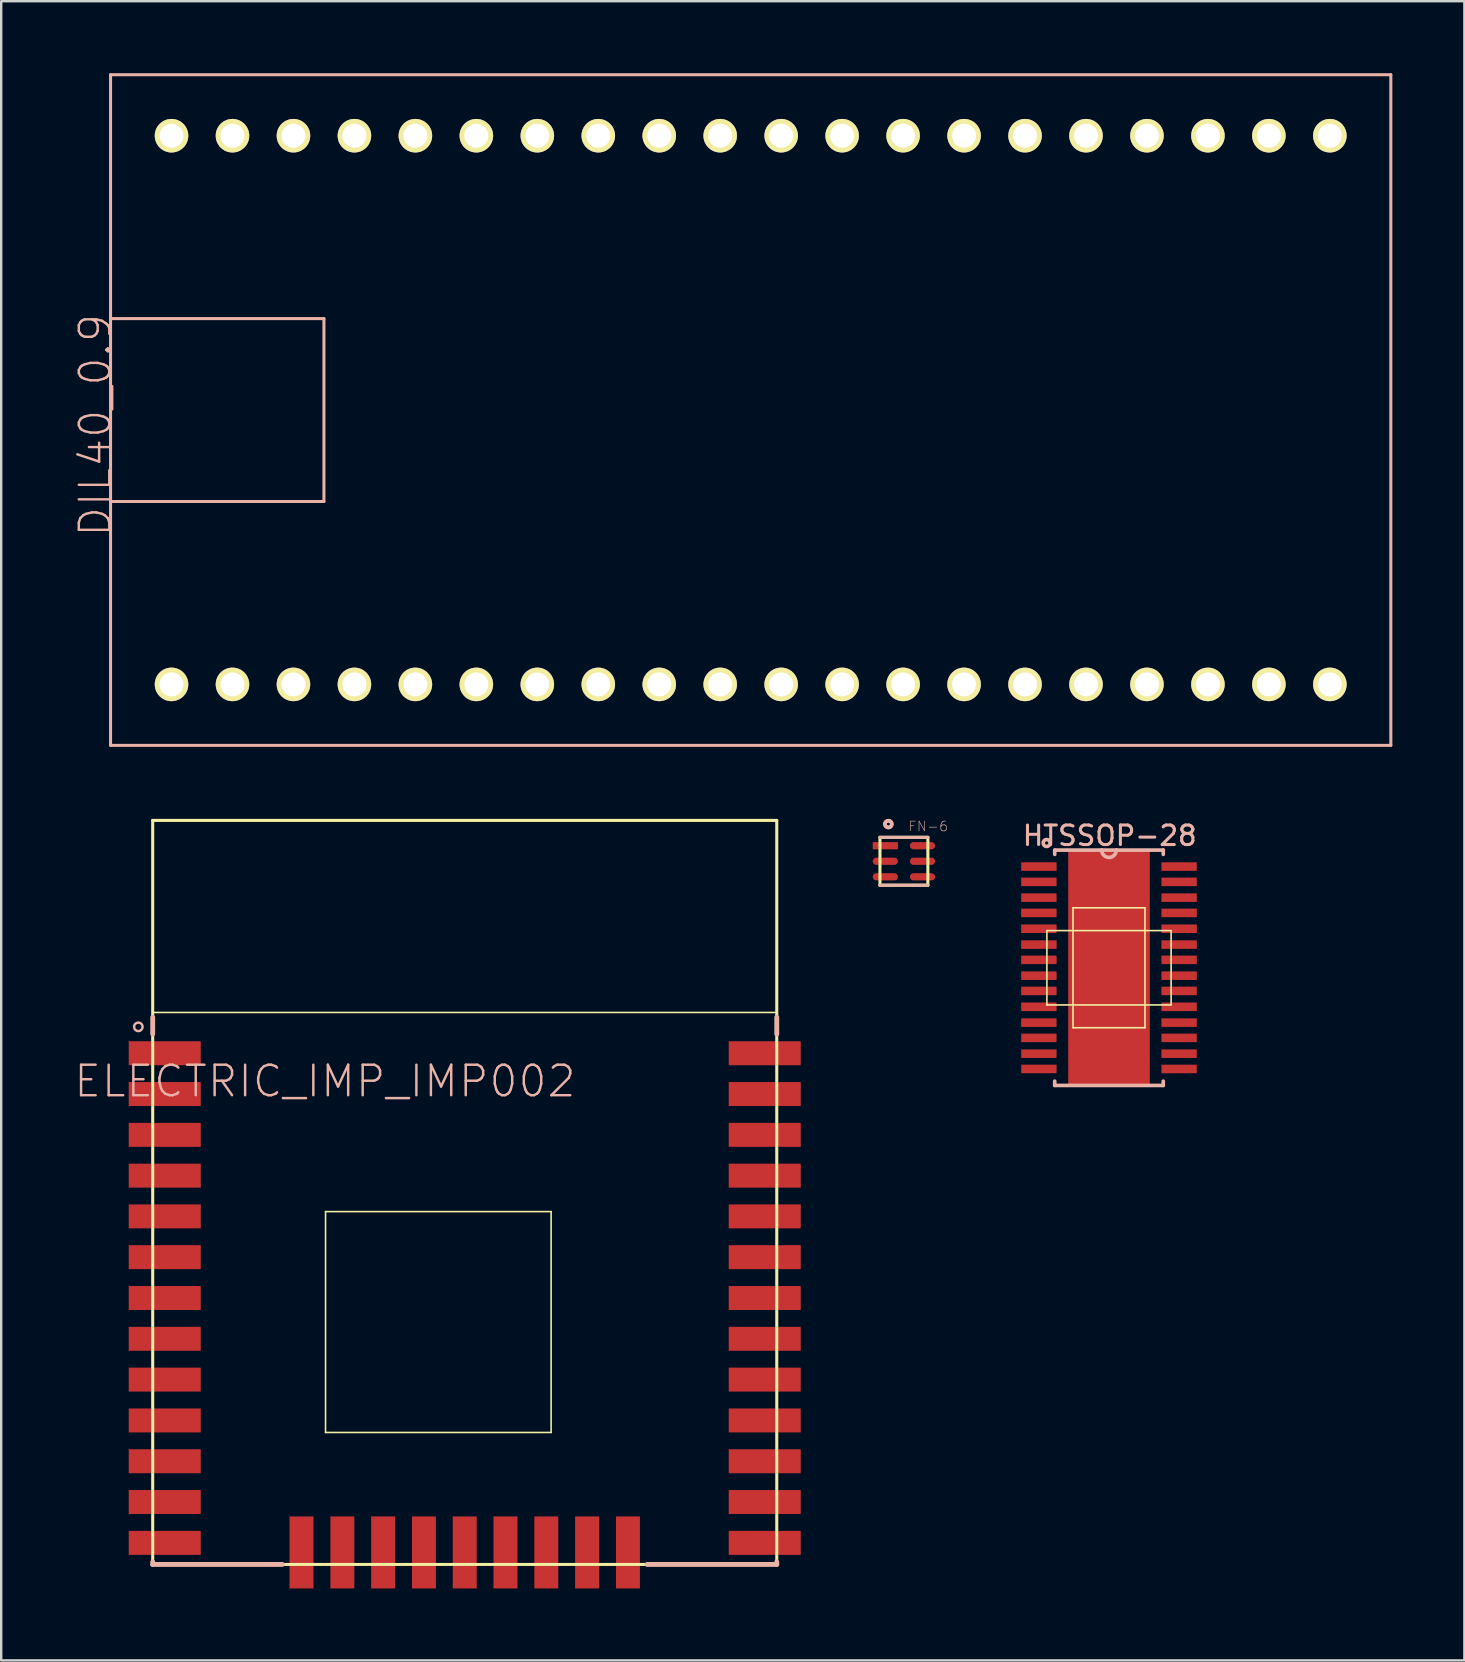
<source format=kicad_pcb>
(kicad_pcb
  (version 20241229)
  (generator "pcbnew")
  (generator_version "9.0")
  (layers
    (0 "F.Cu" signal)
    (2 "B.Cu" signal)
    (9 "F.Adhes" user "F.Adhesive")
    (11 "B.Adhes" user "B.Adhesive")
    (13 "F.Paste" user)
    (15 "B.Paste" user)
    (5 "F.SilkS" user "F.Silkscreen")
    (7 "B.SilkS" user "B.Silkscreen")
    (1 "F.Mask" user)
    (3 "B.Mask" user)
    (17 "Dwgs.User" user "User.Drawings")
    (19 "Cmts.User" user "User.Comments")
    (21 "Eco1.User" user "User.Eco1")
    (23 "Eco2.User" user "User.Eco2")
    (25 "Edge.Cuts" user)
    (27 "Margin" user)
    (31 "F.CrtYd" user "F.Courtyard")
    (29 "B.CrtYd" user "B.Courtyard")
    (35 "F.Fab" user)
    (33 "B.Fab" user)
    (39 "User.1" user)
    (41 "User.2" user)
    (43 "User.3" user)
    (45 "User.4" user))
  (footprint "FN-6"
    (layer "F.Cu")
    (at 34.61 32.833)
    (property "Reference" "FN-6" (at 1.016 -1.453 0) (layer "B.SilkS") (effects (font (size 0.406 0.406) (thickness 0.025))))
    (attr smd)
    (fp_line (start -0.998 -0.998) (end -0.998 0.998) (stroke (width 0.127) (type solid)) (layer "F.SilkS"))
    (fp_line (start -0.998 0.998) (end 0.998 0.998) (stroke (width 0.127) (type solid)) (layer "F.SilkS"))
    (fp_line (start 0.998 -0.998) (end -0.998 -0.998) (stroke (width 0.127) (type solid)) (layer "F.SilkS"))
    (fp_line (start 0.998 0.998) (end 0.998 -0.998) (stroke (width 0.127) (type solid)) (layer "F.SilkS"))
    (fp_line (start -0.998 -0.998) (end 0.998 -0.998) (stroke (width 0.127) (type solid)) (layer "B.SilkS"))
    (fp_line (start -0.998 0.998) (end 0.998 0.998) (stroke (width 0.127) (type solid)) (layer "B.SilkS"))
    (fp_circle (center -0.648 -1.549) (end -0.747 -1.648) (stroke (width 0.152) (type solid)) (fill no) (layer "B.SilkS"))
    (fp_circle (center -0.648 -1.549) (end -0.696 -1.598) (stroke (width 0.152) (type solid)) (fill no) (layer "B.SilkS"))
    (pad "1" smd rect (at -0.775 -0.648 180) (size 1.049 0.3) (layers "F.Cu" "F.Mask" "F.Paste"))
    (pad "2" smd oval (at -0.775 0) (size 1.049 0.3) (layers "F.Cu" "F.Mask" "F.Paste"))
    (pad "3" smd oval (at -0.775 0.648) (size 1.049 0.3) (layers "F.Cu" "F.Mask" "F.Paste"))
    (pad "4" smd oval (at 0.775 0.648) (size 1.049 0.3) (layers "F.Cu" "F.Mask" "F.Paste"))
    (pad "5" smd oval (at 0.775 0) (size 1.049 0.3) (layers "F.Cu" "F.Mask" "F.Paste"))
    (pad "6" smd oval (at 0.775 -0.648) (size 1.049 0.3) (layers "F.Cu" "F.Mask" "F.Paste")))
  (footprint "DIL40_0.9"
    (layer "F.Cu")
    (at 26.956 14.034)
    (property "Reference" "DIL40_0.9" (at -26.035 0.635 90) (layer "B.SilkS") (effects (font (size 1.27 1.27) (thickness 0.102))))
    (attr exclude_from_pos_files exclude_from_bom)
    (fp_line (start -25.4 -13.97) (end 27.94 -13.97) (stroke (width 0.127) (type solid)) (layer "B.SilkS"))
    (fp_line (start -25.4 -3.81) (end -25.4 -13.97) (stroke (width 0.127) (type solid)) (layer "B.SilkS"))
    (fp_line (start -25.4 -3.81) (end -16.51 -3.81) (stroke (width 0.127) (type solid)) (layer "B.SilkS"))
    (fp_line (start -25.4 3.81) (end -25.4 -3.81) (stroke (width 0.127) (type solid)) (layer "B.SilkS"))
    (fp_line (start -25.4 13.97) (end -25.4 3.81) (stroke (width 0.127) (type solid)) (layer "B.SilkS"))
    (fp_line (start -16.51 -3.81) (end -16.51 3.81) (stroke (width 0.127) (type solid)) (layer "B.SilkS"))
    (fp_line (start -16.51 3.81) (end -25.4 3.81) (stroke (width 0.127) (type solid)) (layer "B.SilkS"))
    (fp_line (start 27.94 -13.97) (end 27.94 13.97) (stroke (width 0.127) (type solid)) (layer "B.SilkS"))
    (fp_line (start 27.94 13.97) (end -25.4 13.97) (stroke (width 0.127) (type solid)) (layer "B.SilkS"))
    (pad "1" thru_hole circle (at -22.86 11.43) (size 1.397 1.397) (drill 0.998) (layers "*.Cu" "F.Mask" "F.SilkS" "F.Paste"))
    (pad "2" thru_hole circle (at -20.32 11.43) (size 1.397 1.397) (drill 0.998) (layers "*.Cu" "F.Mask" "F.SilkS" "F.Paste"))
    (pad "3" thru_hole circle (at -17.78 11.43) (size 1.397 1.397) (drill 0.998) (layers "*.Cu" "F.Mask" "F.SilkS" "F.Paste"))
    (pad "4" thru_hole circle (at -15.24 11.43) (size 1.397 1.397) (drill 0.998) (layers "*.Cu" "F.Mask" "F.SilkS" "F.Paste"))
    (pad "5" thru_hole circle (at -12.7 11.43) (size 1.397 1.397) (drill 0.998) (layers "*.Cu" "F.Mask" "F.SilkS" "F.Paste"))
    (pad "6" thru_hole circle (at -10.16 11.43) (size 1.397 1.397) (drill 0.998) (layers "*.Cu" "F.Mask" "F.SilkS" "F.Paste"))
    (pad "7" thru_hole circle (at -7.62 11.43) (size 1.397 1.397) (drill 0.998) (layers "*.Cu" "F.Mask" "F.SilkS" "F.Paste"))
    (pad "8" thru_hole circle (at -5.08 11.43) (size 1.397 1.397) (drill 0.998) (layers "*.Cu" "F.Mask" "F.SilkS" "F.Paste"))
    (pad "9" thru_hole circle (at -2.54 11.43) (size 1.397 1.397) (drill 0.998) (layers "*.Cu" "F.Mask" "F.SilkS" "F.Paste"))
    (pad "10" thru_hole circle (at 0 11.43) (size 1.397 1.397) (drill 0.998) (layers "*.Cu" "F.Mask" "F.SilkS" "F.Paste"))
    (pad "11" thru_hole circle (at 2.54 11.43) (size 1.397 1.397) (drill 0.998) (layers "*.Cu" "F.Mask" "F.SilkS" "F.Paste"))
    (pad "12" thru_hole circle (at 5.08 11.43) (size 1.397 1.397) (drill 0.998) (layers "*.Cu" "F.Mask" "F.SilkS" "F.Paste"))
    (pad "13" thru_hole circle (at 7.62 11.43) (size 1.397 1.397) (drill 0.998) (layers "*.Cu" "F.Mask" "F.SilkS" "F.Paste"))
    (pad "14" thru_hole circle (at 10.16 11.43) (size 1.397 1.397) (drill 0.998) (layers "*.Cu" "F.Mask" "F.SilkS" "F.Paste"))
    (pad "15" thru_hole circle (at 12.7 11.43) (size 1.397 1.397) (drill 0.998) (layers "*.Cu" "F.Mask" "F.SilkS" "F.Paste"))
    (pad "16" thru_hole circle (at 15.24 11.43) (size 1.397 1.397) (drill 0.998) (layers "*.Cu" "F.Mask" "F.SilkS" "F.Paste"))
    (pad "17" thru_hole circle (at 17.78 11.43) (size 1.397 1.397) (drill 0.998) (layers "*.Cu" "F.Mask" "F.SilkS" "F.Paste"))
    (pad "18" thru_hole circle (at 20.32 11.43) (size 1.397 1.397) (drill 0.998) (layers "*.Cu" "F.Mask" "F.SilkS" "F.Paste"))
    (pad "19" thru_hole circle (at 22.86 11.43) (size 1.397 1.397) (drill 0.998) (layers "*.Cu" "F.Mask" "F.SilkS" "F.Paste"))
    (pad "20" thru_hole circle (at 25.4 11.43) (size 1.397 1.397) (drill 0.998) (layers "*.Cu" "F.Mask" "F.SilkS" "F.Paste"))
    (pad "21" thru_hole circle (at 25.4 -11.43) (size 1.397 1.397) (drill 0.998) (layers "*.Cu" "F.Mask" "F.SilkS" "F.Paste"))
    (pad "22" thru_hole circle (at 22.86 -11.43) (size 1.397 1.397) (drill 0.998) (layers "*.Cu" "F.Mask" "F.SilkS" "F.Paste"))
    (pad "23" thru_hole circle (at 20.32 -11.43) (size 1.397 1.397) (drill 0.998) (layers "*.Cu" "F.Mask" "F.SilkS" "F.Paste"))
    (pad "24" thru_hole circle (at 17.78 -11.43) (size 1.397 1.397) (drill 0.998) (layers "*.Cu" "F.Mask" "F.SilkS" "F.Paste"))
    (pad "25" thru_hole circle (at 15.24 -11.43) (size 1.397 1.397) (drill 0.998) (layers "*.Cu" "F.Mask" "F.SilkS" "F.Paste"))
    (pad "26" thru_hole circle (at 12.7 -11.43) (size 1.397 1.397) (drill 0.998) (layers "*.Cu" "F.Mask" "F.SilkS" "F.Paste"))
    (pad "27" thru_hole circle (at 10.16 -11.43) (size 1.397 1.397) (drill 0.998) (layers "*.Cu" "F.Mask" "F.SilkS" "F.Paste"))
    (pad "28" thru_hole circle (at 7.62 -11.43) (size 1.397 1.397) (drill 0.998) (layers "*.Cu" "F.Mask" "F.SilkS" "F.Paste"))
    (pad "29" thru_hole circle (at 5.08 -11.43) (size 1.397 1.397) (drill 0.998) (layers "*.Cu" "F.Mask" "F.SilkS" "F.Paste"))
    (pad "30" thru_hole circle (at 2.54 -11.43) (size 1.397 1.397) (drill 0.998) (layers "*.Cu" "F.Mask" "F.SilkS" "F.Paste"))
    (pad "31" thru_hole circle (at 0 -11.43) (size 1.397 1.397) (drill 0.998) (layers "*.Cu" "F.Mask" "F.SilkS" "F.Paste"))
    (pad "32" thru_hole circle (at -2.54 -11.43) (size 1.397 1.397) (drill 0.998) (layers "*.Cu" "F.Mask" "F.SilkS" "F.Paste"))
    (pad "33" thru_hole circle (at -5.08 -11.43) (size 1.397 1.397) (drill 0.998) (layers "*.Cu" "F.Mask" "F.SilkS" "F.Paste"))
    (pad "34" thru_hole circle (at -7.62 -11.43) (size 1.397 1.397) (drill 0.998) (layers "*.Cu" "F.Mask" "F.SilkS" "F.Paste"))
    (pad "35" thru_hole circle (at -10.16 -11.43) (size 1.397 1.397) (drill 0.998) (layers "*.Cu" "F.Mask" "F.SilkS" "F.Paste"))
    (pad "36" thru_hole circle (at -12.7 -11.43) (size 1.397 1.397) (drill 0.998) (layers "*.Cu" "F.Mask" "F.SilkS" "F.Paste"))
    (pad "37" thru_hole circle (at -15.24 -11.43) (size 1.397 1.397) (drill 0.998) (layers "*.Cu" "F.Mask" "F.SilkS" "F.Paste"))
    (pad "38" thru_hole circle (at -17.78 -11.43) (size 1.397 1.397) (drill 0.998) (layers "*.Cu" "F.Mask" "F.SilkS" "F.Paste"))
    (pad "39" thru_hole circle (at -20.32 -11.43) (size 1.397 1.397) (drill 0.998) (layers "*.Cu" "F.Mask" "F.SilkS" "F.Paste"))
    (pad "40" thru_hole circle (at -22.86 -11.43) (size 1.397 1.397) (drill 0.998) (layers "*.Cu" "F.Mask" "F.SilkS" "F.Paste")))
  (footprint "ELECTRIC_IMP_IMP002"
    (layer "F.Cu")
    (at 16.312 46.63)
    (property "Reference" "ELECTRIC_IMP_IMP002" (at -5.824 -4.633 0) (layer "B.SilkS") (effects (font (size 1.27 1.27) (thickness 0.102))))
    (attr smd)
    (fp_line (start -13 -15.499) (end 13 -15.499) (stroke (width 0.066) (type solid)) (layer "F.SilkS"))
    (fp_line (start -13 -15.499) (end 13 -15.499) (stroke (width 0.127) (type solid)) (layer "F.SilkS"))
    (fp_line (start -13 -7.498) (end -13 -15.499) (stroke (width 0.066) (type solid)) (layer "F.SilkS"))
    (fp_line (start -13 -7.498) (end 13 -7.498) (stroke (width 0.066) (type solid)) (layer "F.SilkS"))
    (fp_line (start -13 15.499) (end -13 -15.499) (stroke (width 0.127) (type solid)) (layer "F.SilkS"))
    (fp_line (start -5.799 0.798) (end 3.599 0.798) (stroke (width 0.066) (type solid)) (layer "F.SilkS"))
    (fp_line (start -5.799 10) (end -5.799 0.798) (stroke (width 0.066) (type solid)) (layer "F.SilkS"))
    (fp_line (start -5.799 10) (end 3.599 10) (stroke (width 0.066) (type solid)) (layer "F.SilkS"))
    (fp_line (start 3.599 10) (end 3.599 0.798) (stroke (width 0.066) (type solid)) (layer "F.SilkS"))
    (fp_line (start 13 -15.499) (end 13 15.499) (stroke (width 0.127) (type solid)) (layer "F.SilkS"))
    (fp_line (start 13 -7.498) (end 13 -15.499) (stroke (width 0.066) (type solid)) (layer "F.SilkS"))
    (fp_line (start 13 15.499) (end -13 15.499) (stroke (width 0.127) (type solid)) (layer "F.SilkS"))
    (fp_line (start -13 -6.599) (end -13 -7.3) (stroke (width 0.203) (type solid)) (layer "B.SilkS"))
    (fp_line (start -13 15.397) (end -13 15.499) (stroke (width 0.203) (type solid)) (layer "B.SilkS"))
    (fp_line (start -13 15.499) (end -7.6 15.499) (stroke (width 0.203) (type solid)) (layer "B.SilkS"))
    (fp_line (start 13 -6.599) (end 13 -7.3) (stroke (width 0.203) (type solid)) (layer "B.SilkS"))
    (fp_line (start 13 15.397) (end 13 15.499) (stroke (width 0.203) (type solid)) (layer "B.SilkS"))
    (fp_line (start 13 15.499) (end 7.6 15.499) (stroke (width 0.203) (type solid)) (layer "B.SilkS"))
    (fp_circle (center -13.599 -6.899) (end -13.724 -7.023) (stroke (width 0.102) (type solid)) (fill no) (layer "B.SilkS"))
    (pad "1" smd rect (at -12.499 -5.799) (size 3 0.998) (layers "F.Cu" "F.Mask" "F.Paste"))
    (pad "2" smd rect (at -12.499 -4.1) (size 3 0.998) (layers "F.Cu" "F.Mask" "F.Paste"))
    (pad "3" smd rect (at -12.499 -2.398) (size 3 0.998) (layers "F.Cu" "F.Mask" "F.Paste"))
    (pad "4" smd rect (at -12.499 -0.699) (size 3 0.998) (layers "F.Cu" "F.Mask" "F.Paste"))
    (pad "5" smd rect (at -12.499 0.998) (size 3 0.998) (layers "F.Cu" "F.Mask" "F.Paste"))
    (pad "6" smd rect (at -12.499 2.697) (size 3 0.998) (layers "F.Cu" "F.Mask" "F.Paste"))
    (pad "7" smd rect (at -12.499 4.399) (size 3 0.998) (layers "F.Cu" "F.Mask" "F.Paste"))
    (pad "8" smd rect (at -12.499 6.099) (size 3 0.998) (layers "F.Cu" "F.Mask" "F.Paste"))
    (pad "9" smd rect (at -12.499 7.798) (size 3 0.998) (layers "F.Cu" "F.Mask" "F.Paste"))
    (pad "10" smd rect (at -12.499 9.5) (size 3 0.998) (layers "F.Cu" "F.Mask" "F.Paste"))
    (pad "11" smd rect (at -12.499 11.199) (size 3 0.998) (layers "F.Cu" "F.Mask" "F.Paste"))
    (pad "12" smd rect (at -12.499 12.898) (size 3 0.998) (layers "F.Cu" "F.Mask" "F.Paste"))
    (pad "13" smd rect (at -12.499 14.6) (size 3 0.998) (layers "F.Cu" "F.Mask" "F.Paste"))
    (pad "14" smd rect (at -6.8 14.999) (size 0.998 3) (layers "F.Cu" "F.Mask" "F.Paste"))
    (pad "15" smd rect (at -5.098 14.999) (size 0.998 3) (layers "F.Cu" "F.Mask" "F.Paste"))
    (pad "16" smd rect (at -3.399 14.999) (size 0.998 3) (layers "F.Cu" "F.Mask" "F.Paste"))
    (pad "17" smd rect (at -1.699 14.999) (size 0.998 3) (layers "F.Cu" "F.Mask" "F.Paste"))
    (pad "18" smd rect (at 0 14.999) (size 0.998 3) (layers "F.Cu" "F.Mask" "F.Paste"))
    (pad "19" smd rect (at 1.699 14.999) (size 0.998 3) (layers "F.Cu" "F.Mask" "F.Paste"))
    (pad "20" smd rect (at 3.399 14.999) (size 0.998 3) (layers "F.Cu" "F.Mask" "F.Paste"))
    (pad "21" smd rect (at 5.098 14.999) (size 0.998 3) (layers "F.Cu" "F.Mask" "F.Paste"))
    (pad "22" smd rect (at 6.8 14.999) (size 0.998 3) (layers "F.Cu" "F.Mask" "F.Paste"))
    (pad "23" smd rect (at 12.499 14.6 180) (size 3 0.998) (layers "F.Cu" "F.Mask" "F.Paste"))
    (pad "24" smd rect (at 12.499 12.898 180) (size 3 0.998) (layers "F.Cu" "F.Mask" "F.Paste"))
    (pad "25" smd rect (at 12.499 11.199 180) (size 3 0.998) (layers "F.Cu" "F.Mask" "F.Paste"))
    (pad "26" smd rect (at 12.499 9.5 180) (size 3 0.998) (layers "F.Cu" "F.Mask" "F.Paste"))
    (pad "27" smd rect (at 12.499 7.798 180) (size 3 0.998) (layers "F.Cu" "F.Mask" "F.Paste"))
    (pad "28" smd rect (at 12.499 6.099 180) (size 3 0.998) (layers "F.Cu" "F.Mask" "F.Paste"))
    (pad "29" smd rect (at 12.499 4.399 180) (size 3 0.998) (layers "F.Cu" "F.Mask" "F.Paste"))
    (pad "30" smd rect (at 12.499 2.697 180) (size 3 0.998) (layers "F.Cu" "F.Mask" "F.Paste"))
    (pad "31" smd rect (at 12.499 0.998 180) (size 3 0.998) (layers "F.Cu" "F.Mask" "F.Paste"))
    (pad "32" smd rect (at 12.499 -0.699 180) (size 3 0.998) (layers "F.Cu" "F.Mask" "F.Paste"))
    (pad "33" smd rect (at 12.499 -2.398 180) (size 3 0.998) (layers "F.Cu" "F.Mask" "F.Paste"))
    (pad "34" smd rect (at 12.499 -4.1 180) (size 3 0.998) (layers "F.Cu" "F.Mask" "F.Paste"))
    (pad "35" smd rect (at 12.499 -5.799 180) (size 3 0.998) (layers "F.Cu" "F.Mask" "F.Paste")))
  (footprint "HTSSOP-28"
    (layer "F.Cu")
    (at 43.154 37.27)
    (property "Reference" "HTSSOP-28" (at 0.03 -5.504 0) (layer "B.SilkS") (effects (font (size 0.813 0.813) (thickness 0.127))))
    (attr smd)
    (fp_line (start -2.588 -1.549) (end 2.588 -1.549) (stroke (width 0.066) (type solid)) (layer "F.SilkS"))
    (fp_line (start -2.588 1.549) (end -2.588 -1.549) (stroke (width 0.066) (type solid)) (layer "F.SilkS"))
    (fp_line (start -2.588 1.549) (end 2.588 1.549) (stroke (width 0.066) (type solid)) (layer "F.SilkS"))
    (fp_line (start -1.499 -2.499) (end 1.499 -2.499) (stroke (width 0.066) (type solid)) (layer "F.SilkS"))
    (fp_line (start -1.499 2.499) (end -1.499 -2.499) (stroke (width 0.066) (type solid)) (layer "F.SilkS"))
    (fp_line (start -1.499 2.499) (end 1.499 2.499) (stroke (width 0.066) (type solid)) (layer "F.SilkS"))
    (fp_line (start 1.499 2.499) (end 1.499 -2.499) (stroke (width 0.066) (type solid)) (layer "F.SilkS"))
    (fp_line (start 2.588 1.549) (end 2.588 -1.549) (stroke (width 0.066) (type solid)) (layer "F.SilkS"))
    (fp_line (start -2.261 -4.902) (end -2.261 -4.724) (stroke (width 0.152) (type solid)) (layer "B.SilkS"))
    (fp_line (start -2.261 4.724) (end -2.261 4.902) (stroke (width 0.152) (type solid)) (layer "B.SilkS"))
    (fp_line (start -2.261 4.902) (end 2.261 4.902) (stroke (width 0.152) (type solid)) (layer "B.SilkS"))
    (fp_line (start -0.305 -4.902) (end -2.261 -4.902) (stroke (width 0.152) (type solid)) (layer "B.SilkS"))
    (fp_line (start 0.305 -4.902) (end -0.305 -4.902) (stroke (width 0.152) (type solid)) (layer "B.SilkS"))
    (fp_line (start 2.261 -4.902) (end 0.305 -4.902) (stroke (width 0.152) (type solid)) (layer "B.SilkS"))
    (fp_line (start 2.261 -4.724) (end 2.261 -4.902) (stroke (width 0.152) (type solid)) (layer "B.SilkS"))
    (fp_line (start 2.261 4.902) (end 2.261 4.724) (stroke (width 0.152) (type solid)) (layer "B.SilkS"))
    (fp_arc (start 0.3048 -4.9022) (mid 0 -4.5974) (end -0.3048 -4.9022) (stroke (width 0.1524) (type solid)) (layer "B.SilkS"))
    (fp_circle (center -2.598 -5.199) (end -2.647 -5.248) (stroke (width 0.152) (type solid)) (fill no) (layer "B.SilkS"))
    (pad "1" smd rect (at -2.921 -4.216) (size 1.473 0.356) (layers "F.Cu" "F.Mask" "F.Paste"))
    (pad "2" smd rect (at -2.921 -3.579) (size 1.473 0.356) (layers "F.Cu" "F.Mask" "F.Paste"))
    (pad "3" smd rect (at -2.921 -2.921) (size 1.473 0.356) (layers "F.Cu" "F.Mask" "F.Paste"))
    (pad "4" smd rect (at -2.921 -2.286) (size 1.473 0.356) (layers "F.Cu" "F.Mask" "F.Paste"))
    (pad "5" smd rect (at -2.921 -1.626) (size 1.473 0.356) (layers "F.Cu" "F.Mask" "F.Paste"))
    (pad "6" smd rect (at -2.921 -0.965) (size 1.473 0.356) (layers "F.Cu" "F.Mask" "F.Paste"))
    (pad "7" smd rect (at -2.921 -0.33) (size 1.473 0.356) (layers "F.Cu" "F.Mask" "F.Paste"))
    (pad "8" smd rect (at -2.921 0.33) (size 1.473 0.356) (layers "F.Cu" "F.Mask" "F.Paste"))
    (pad "9" smd rect (at -2.921 0.965) (size 1.473 0.356) (layers "F.Cu" "F.Mask" "F.Paste"))
    (pad "10" smd rect (at -2.921 1.626) (size 1.473 0.356) (layers "F.Cu" "F.Mask" "F.Paste"))
    (pad "11" smd rect (at -2.921 2.286) (size 1.473 0.356) (layers "F.Cu" "F.Mask" "F.Paste"))
    (pad "12" smd rect (at -2.921 2.921) (size 1.473 0.356) (layers "F.Cu" "F.Mask" "F.Paste"))
    (pad "13" smd rect (at -2.921 3.579) (size 1.473 0.356) (layers "F.Cu" "F.Mask" "F.Paste"))
    (pad "14" smd rect (at -2.921 4.216) (size 1.473 0.356) (layers "F.Cu" "F.Mask" "F.Paste"))
    (pad "15" smd rect (at 2.921 4.216) (size 1.473 0.356) (layers "F.Cu" "F.Mask" "F.Paste"))
    (pad "16" smd rect (at 2.921 3.579) (size 1.473 0.356) (layers "F.Cu" "F.Mask" "F.Paste"))
    (pad "17" smd rect (at 2.921 2.921) (size 1.473 0.356) (layers "F.Cu" "F.Mask" "F.Paste"))
    (pad "18" smd rect (at 2.921 2.286) (size 1.473 0.356) (layers "F.Cu" "F.Mask" "F.Paste"))
    (pad "19" smd rect (at 2.921 1.626) (size 1.473 0.356) (layers "F.Cu" "F.Mask" "F.Paste"))
    (pad "20" smd rect (at 2.921 0.965) (size 1.473 0.356) (layers "F.Cu" "F.Mask" "F.Paste"))
    (pad "21" smd rect (at 2.921 0.33) (size 1.473 0.356) (layers "F.Cu" "F.Mask" "F.Paste"))
    (pad "22" smd rect (at 2.921 -0.33) (size 1.473 0.356) (layers "F.Cu" "F.Mask" "F.Paste"))
    (pad "23" smd rect (at 2.921 -0.965) (size 1.473 0.356) (layers "F.Cu" "F.Mask" "F.Paste"))
    (pad "24" smd rect (at 2.921 -1.626) (size 1.473 0.356) (layers "F.Cu" "F.Mask" "F.Paste"))
    (pad "25" smd rect (at 2.921 -2.286) (size 1.473 0.356) (layers "F.Cu" "F.Mask" "F.Paste"))
    (pad "26" smd rect (at 2.921 -2.921) (size 1.473 0.356) (layers "F.Cu" "F.Mask" "F.Paste"))
    (pad "27" smd rect (at 2.921 -3.579) (size 1.473 0.356) (layers "F.Cu" "F.Mask" "F.Paste"))
    (pad "28" smd rect (at 2.921 -4.216) (size 1.473 0.356) (layers "F.Cu" "F.Mask" "F.Paste"))
    (pad "29" smd rect (at 0 0 180) (size 3.399 9.698) (layers "F.Cu" "F.Mask" "F.Paste")))
  (gr_rect
    (start -3 -3)
    (end 57.96 66.128)
    (stroke (width 0.1) (type default))
    (fill no)
    (layer "Edge.Cuts")))
</source>
